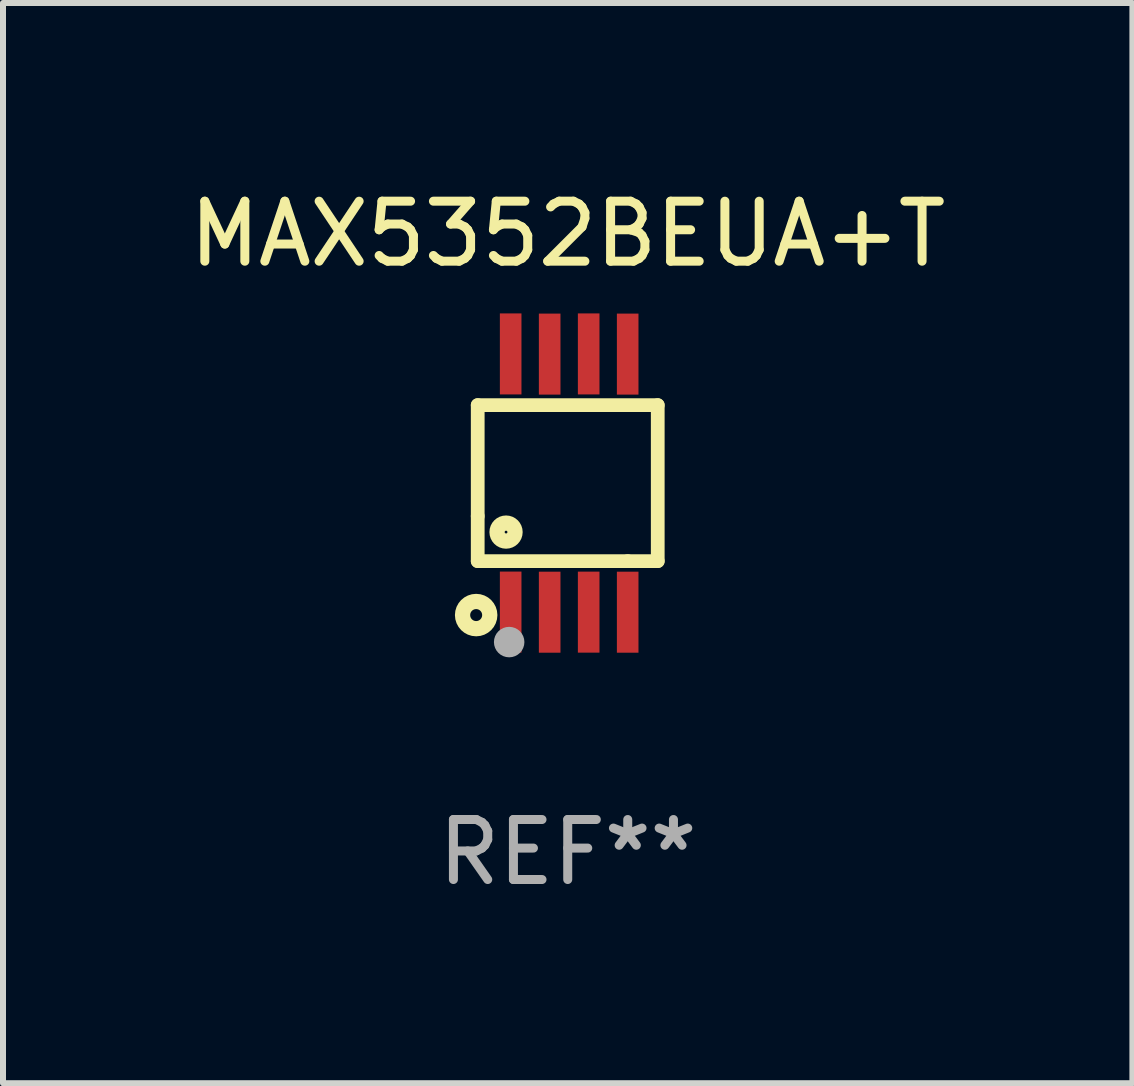
<source format=kicad_pcb>
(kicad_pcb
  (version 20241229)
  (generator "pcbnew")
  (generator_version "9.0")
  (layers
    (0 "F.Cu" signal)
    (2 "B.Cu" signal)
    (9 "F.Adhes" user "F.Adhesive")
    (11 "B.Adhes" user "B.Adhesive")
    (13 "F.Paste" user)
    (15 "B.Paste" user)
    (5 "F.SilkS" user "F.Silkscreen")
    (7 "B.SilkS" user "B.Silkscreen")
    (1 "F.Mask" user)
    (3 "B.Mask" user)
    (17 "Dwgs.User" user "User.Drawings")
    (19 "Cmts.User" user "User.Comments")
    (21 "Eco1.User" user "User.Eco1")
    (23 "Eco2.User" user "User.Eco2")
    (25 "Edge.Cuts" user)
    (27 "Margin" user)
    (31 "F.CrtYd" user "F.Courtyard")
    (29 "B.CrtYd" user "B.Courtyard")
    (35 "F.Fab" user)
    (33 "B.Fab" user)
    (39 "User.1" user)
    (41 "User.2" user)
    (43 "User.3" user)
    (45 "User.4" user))
  (footprint "MAX5352BEUA+T"
    (layer "F.Cu")
    (at 6.411 5)
    (property "Reference" "MAX5352BEUA+T" (at 0 -4.152 0) (layer "F.SilkS") (effects (font (size 1 1) (thickness 0.15))))
    (attr through_hole)
    (fp_line (start -1.5 1.301) (end 1 1.301) (stroke (width 0.229) (type solid)) (layer "F.SilkS"))
    (fp_line (start -1.5 -1.299) (end -1.5 0.551) (stroke (width 0.229) (type solid)) (layer "F.SilkS"))
    (fp_line (start -1.5 0.551) (end -1.5 1.301) (stroke (width 0.229) (type solid)) (layer "F.SilkS"))
    (fp_line (start 1 1.301) (end 1.5 1.301) (stroke (width 0.229) (type solid)) (layer "F.SilkS"))
    (fp_line (start 1.5 1.301) (end 1.5 -1.299) (stroke (width 0.229) (type solid)) (layer "F.SilkS"))
    (fp_line (start 1.5 -1.299) (end -1.5 -1.299) (stroke (width 0.229) (type solid)) (layer "F.SilkS"))
    (fp_circle (center -1.526 2.2) (end -1.426 2.2) (stroke (width 0.254) (type solid)) (fill no) (layer "F.SilkS"))
    (fp_circle (center -1.476 2.45) (end -1.446 2.45) (stroke (width 0.06) (type solid)) (fill no) (layer "F.SilkS"))
    (fp_circle (center -1.028 0.817) (end -0.878 0.817) (stroke (width 0.254) (type solid)) (fill no) (layer "F.SilkS"))
    (fp_circle (center -0.976 2.65) (end -0.849 2.65) (stroke (width 0.254) (type solid)) (fill no) (layer "F.Fab"))
    (fp_text user "REF**" (at 0 6.152 0) (layer "F.Fab") (effects (font (size 1 1) (thickness 0.15))))
    (pad "1" smd rect (at -0.951 2.15) (size 0.36 1.35) (layers "F.Cu" "F.Mask" "F.Paste"))
    (pad "2" smd rect (at -0.301 2.152) (size 0.36 1.35) (layers "F.Cu" "F.Mask" "F.Paste"))
    (pad "3" smd rect (at 0.349 2.151) (size 0.36 1.35) (layers "F.Cu" "F.Mask" "F.Paste"))
    (pad "4" smd rect (at 0.999 2.152) (size 0.36 1.35) (layers "F.Cu" "F.Mask" "F.Paste"))
    (pad "5" smd rect (at 0.999 -2.149) (size 0.36 1.35) (layers "F.Cu" "F.Mask" "F.Paste"))
    (pad "6" smd rect (at 0.349 -2.152) (size 0.36 1.35) (layers "F.Cu" "F.Mask" "F.Paste"))
    (pad "7" smd rect (at -0.301 -2.149) (size 0.36 1.35) (layers "F.Cu" "F.Mask" "F.Paste"))
    (pad "8" smd rect (at -0.951 -2.152) (size 0.36 1.35) (layers "F.Cu" "F.Mask" "F.Paste")))
  (gr_rect
    (start -3 -3)
    (end 15.821 15.001)
    (stroke (width 0.1) (type default))
    (fill no)
    (layer "Edge.Cuts")))
</source>
